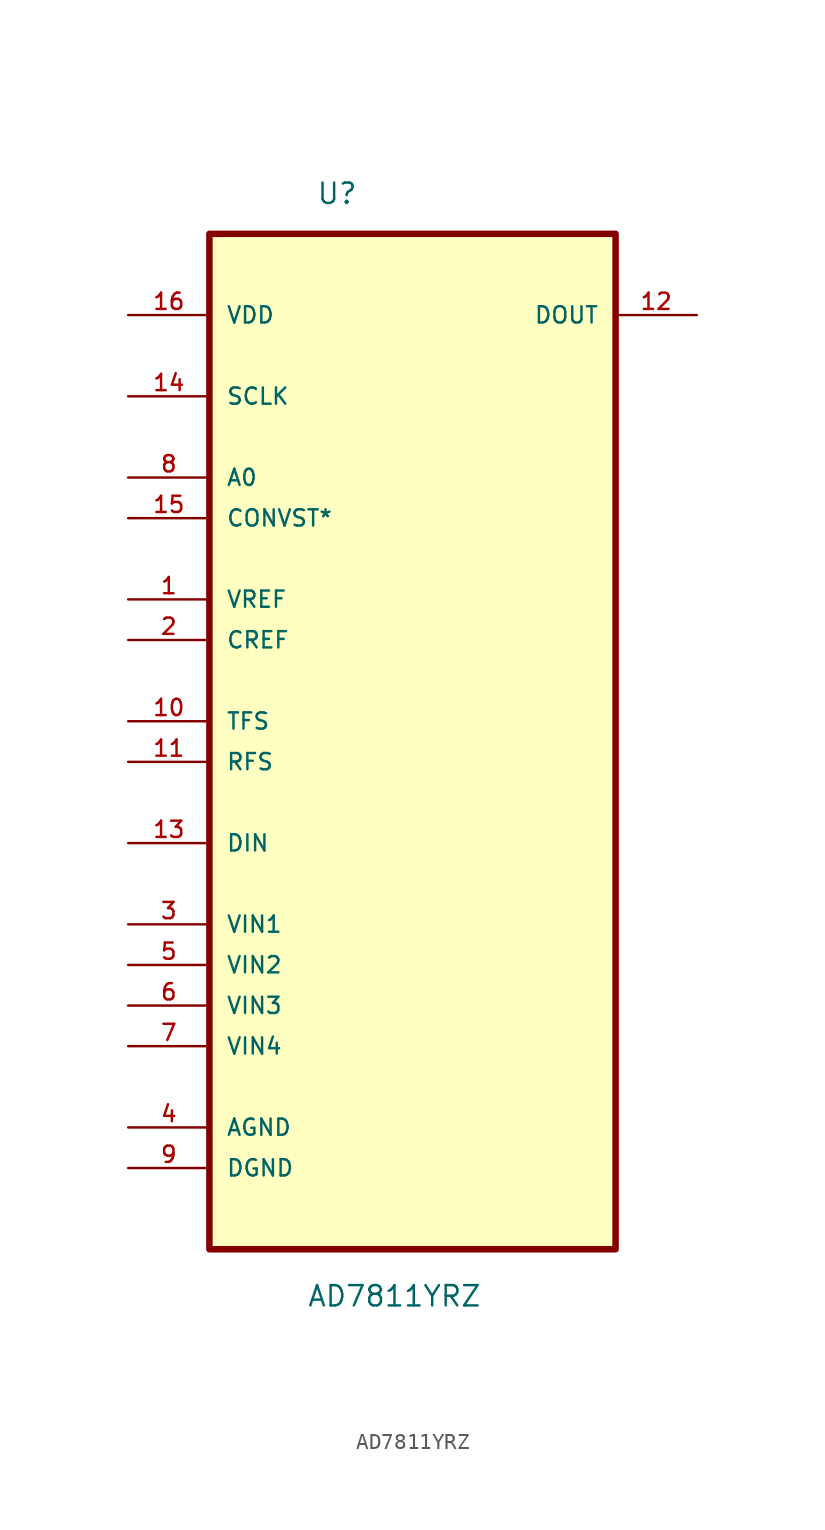
<source format=kicad_sym>
(kicad_symbol_lib
  (version 20211014)
  (generator kicad_symbol_editor)
  (symbol "AD7811YRZ"
    (pin_names
      (offset 1.016))
    (property "Reference" "U"
      (at -6.029 29.713 0.0)
      (effects (font (size 1.27 1.27)) (justify bottom left)))
    (property "Value" "AD7811YRZ"
      (at -6.611 -39.234 0.0)
      (effects (font (size 1.27 1.27)) (justify bottom left)))
    (symbol "AD7811YRZ_0_0"
      (rectangle (start -12.7 -35.56) (end 12.7 27.94) (stroke (width 0.406)) (fill (type background)))
      (pin power_in line (at -17.78 22.86 0) (length 5.08) (name "VDD" (effects (font (size 1.016 1.016)))) (number "16" (effects (font (size 1.016 1.016)))))
      (pin input line (at -17.78 17.78 0) (length 5.08) (name "SCLK" (effects (font (size 1.016 1.016)))) (number "14" (effects (font (size 1.016 1.016)))))
      (pin bidirectional line (at -17.78 12.7 0) (length 5.08) (name "A0" (effects (font (size 1.016 1.016)))) (number "8" (effects (font (size 1.016 1.016)))))
      (pin input line (at -17.78 10.16 0) (length 5.08) (name "CONVST*" (effects (font (size 1.016 1.016)))) (number "15" (effects (font (size 1.016 1.016)))))
      (pin passive line (at -17.78 5.08 0) (length 5.08) (name "VREF" (effects (font (size 1.016 1.016)))) (number "1" (effects (font (size 1.016 1.016)))))
      (pin passive line (at -17.78 2.54 0) (length 5.08) (name "CREF" (effects (font (size 1.016 1.016)))) (number "2" (effects (font (size 1.016 1.016)))))
      (pin passive line (at -17.78 -2.54 0) (length 5.08) (name "TFS" (effects (font (size 1.016 1.016)))) (number "10" (effects (font (size 1.016 1.016)))))
      (pin passive line (at -17.78 -5.08 0) (length 5.08) (name "RFS" (effects (font (size 1.016 1.016)))) (number "11" (effects (font (size 1.016 1.016)))))
      (pin input line (at -17.78 -10.16 0) (length 5.08) (name "DIN" (effects (font (size 1.016 1.016)))) (number "13" (effects (font (size 1.016 1.016)))))
      (pin input line (at -17.78 -15.24 0) (length 5.08) (name "VIN1" (effects (font (size 1.016 1.016)))) (number "3" (effects (font (size 1.016 1.016)))))
      (pin input line (at -17.78 -17.78 0) (length 5.08) (name "VIN2" (effects (font (size 1.016 1.016)))) (number "5" (effects (font (size 1.016 1.016)))))
      (pin input line (at -17.78 -20.32 0) (length 5.08) (name "VIN3" (effects (font (size 1.016 1.016)))) (number "6" (effects (font (size 1.016 1.016)))))
      (pin input line (at -17.78 -22.86 0) (length 5.08) (name "VIN4" (effects (font (size 1.016 1.016)))) (number "7" (effects (font (size 1.016 1.016)))))
      (pin passive line (at -17.78 -27.94 0) (length 5.08) (name "AGND" (effects (font (size 1.016 1.016)))) (number "4" (effects (font (size 1.016 1.016)))))
      (pin passive line (at -17.78 -30.48 0) (length 5.08) (name "DGND" (effects (font (size 1.016 1.016)))) (number "9" (effects (font (size 1.016 1.016)))))
      (pin output line (at 17.78 22.86 180.0) (length 5.08) (name "DOUT" (effects (font (size 1.016 1.016)))) (number "12" (effects (font (size 1.016 1.016))))))))
</source>
